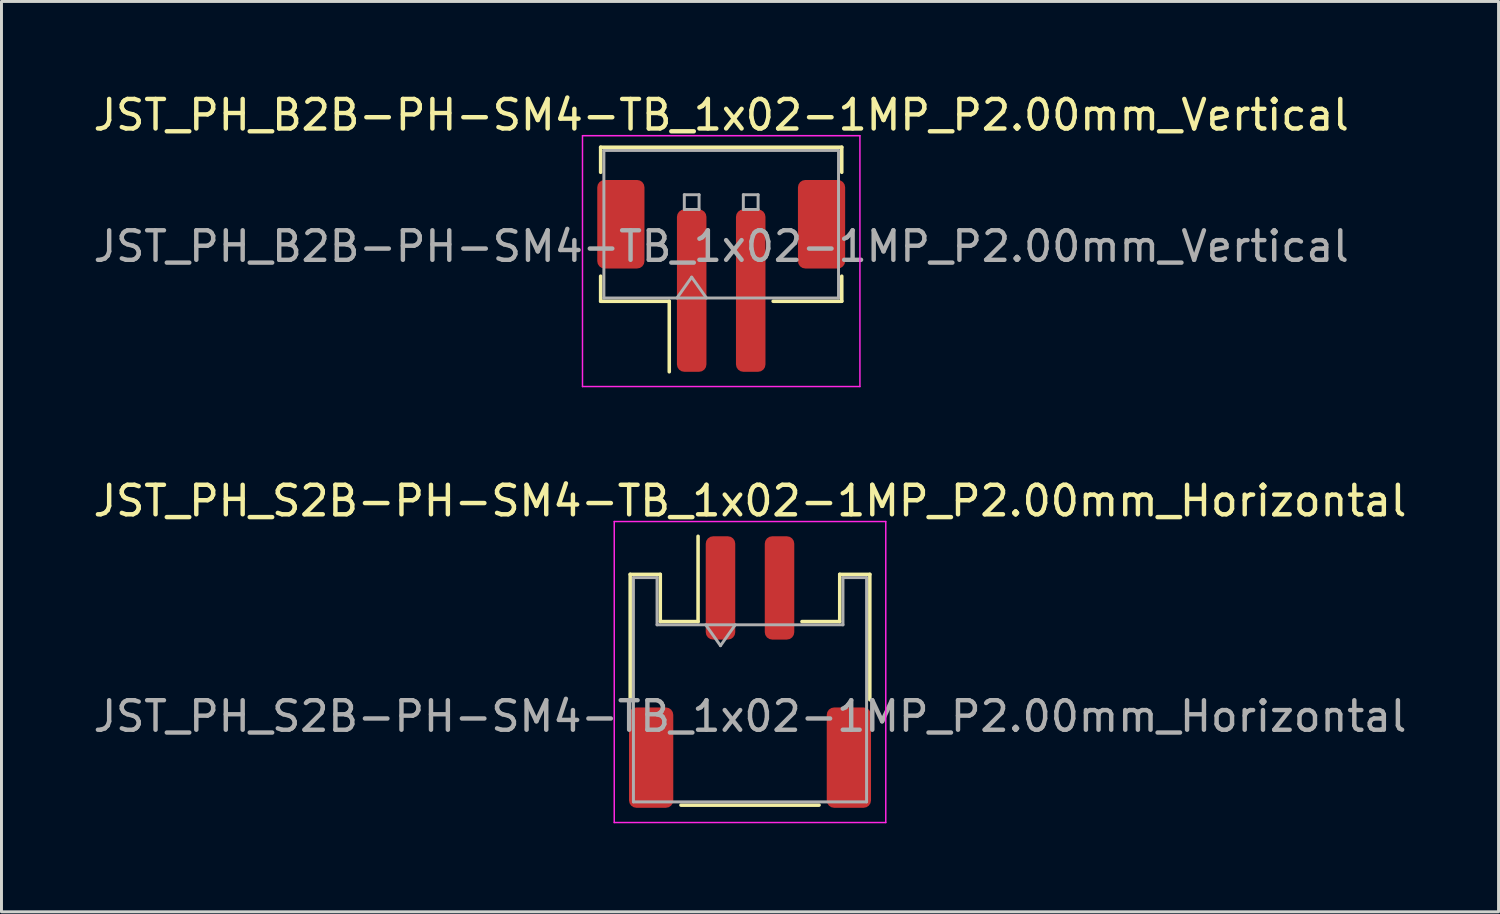
<source format=kicad_pcb>
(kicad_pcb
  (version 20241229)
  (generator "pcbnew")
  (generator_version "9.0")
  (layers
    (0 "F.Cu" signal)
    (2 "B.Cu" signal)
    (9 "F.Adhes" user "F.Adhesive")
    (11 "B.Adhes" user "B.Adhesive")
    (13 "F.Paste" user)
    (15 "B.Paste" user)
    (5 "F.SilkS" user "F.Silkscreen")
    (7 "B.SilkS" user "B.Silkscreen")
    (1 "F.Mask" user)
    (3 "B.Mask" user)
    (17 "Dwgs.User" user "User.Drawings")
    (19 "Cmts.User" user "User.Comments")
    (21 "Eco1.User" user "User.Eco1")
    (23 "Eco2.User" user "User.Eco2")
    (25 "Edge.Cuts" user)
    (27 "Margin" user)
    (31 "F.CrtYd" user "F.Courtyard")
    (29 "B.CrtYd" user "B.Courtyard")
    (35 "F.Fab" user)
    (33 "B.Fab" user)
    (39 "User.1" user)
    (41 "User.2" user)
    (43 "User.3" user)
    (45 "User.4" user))
  (footprint "JST_PH_S2B-PH-SM4-TB_1x02-1MP_P2.00mm_Horizontal"
    (layer "F.Cu")
    (at 22.363 19.721)
    (property "Reference" "JST_PH_S2B-PH-SM4-TB_1x02-1MP_P2.00mm_Horizontal" (at 0 -5.8 0) (layer "F.SilkS") (effects (font (size 1 1) (thickness 0.15))))
    (attr smd)
    (fp_line (start -4.06 -3.31) (end -3.04 -3.31) (stroke (width 0.12) (type solid)) (layer "F.SilkS"))
    (fp_line (start -4.06 0.94) (end -4.06 -3.31) (stroke (width 0.12) (type solid)) (layer "F.SilkS"))
    (fp_line (start -3.04 -3.31) (end -3.04 -1.71) (stroke (width 0.12) (type solid)) (layer "F.SilkS"))
    (fp_line (start -3.04 -1.71) (end -1.76 -1.71) (stroke (width 0.12) (type solid)) (layer "F.SilkS"))
    (fp_line (start -2.34 4.51) (end 2.34 4.51) (stroke (width 0.12) (type solid)) (layer "F.SilkS"))
    (fp_line (start -1.76 -1.71) (end -1.76 -4.6) (stroke (width 0.12) (type solid)) (layer "F.SilkS"))
    (fp_line (start 3.04 -3.31) (end 3.04 -1.71) (stroke (width 0.12) (type solid)) (layer "F.SilkS"))
    (fp_line (start 3.04 -1.71) (end 1.76 -1.71) (stroke (width 0.12) (type solid)) (layer "F.SilkS"))
    (fp_line (start 4.06 -3.31) (end 3.04 -3.31) (stroke (width 0.12) (type solid)) (layer "F.SilkS"))
    (fp_line (start 4.06 0.94) (end 4.06 -3.31) (stroke (width 0.12) (type solid)) (layer "F.SilkS"))
    (fp_line (start -4.6 -5.1) (end -4.6 5.1) (stroke (width 0.05) (type solid)) (layer "F.CrtYd"))
    (fp_line (start -4.6 5.1) (end 4.6 5.1) (stroke (width 0.05) (type solid)) (layer "F.CrtYd"))
    (fp_line (start 4.6 -5.1) (end -4.6 -5.1) (stroke (width 0.05) (type solid)) (layer "F.CrtYd"))
    (fp_line (start 4.6 5.1) (end 4.6 -5.1) (stroke (width 0.05) (type solid)) (layer "F.CrtYd"))
    (fp_line (start -3.95 -3.2) (end -3.95 4.4) (stroke (width 0.1) (type solid)) (layer "F.Fab"))
    (fp_line (start -3.95 -3.2) (end -3.15 -3.2) (stroke (width 0.1) (type solid)) (layer "F.Fab"))
    (fp_line (start -3.95 4.4) (end 3.95 4.4) (stroke (width 0.1) (type solid)) (layer "F.Fab"))
    (fp_line (start -3.15 -3.2) (end -3.15 -1.6) (stroke (width 0.1) (type solid)) (layer "F.Fab"))
    (fp_line (start -3.15 -1.6) (end 3.15 -1.6) (stroke (width 0.1) (type solid)) (layer "F.Fab"))
    (fp_line (start -1.5 -1.6) (end -1 -0.893) (stroke (width 0.1) (type solid)) (layer "F.Fab"))
    (fp_line (start -1 -0.893) (end -0.5 -1.6) (stroke (width 0.1) (type solid)) (layer "F.Fab"))
    (fp_line (start 3.15 -3.2) (end 3.95 -3.2) (stroke (width 0.1) (type solid)) (layer "F.Fab"))
    (fp_line (start 3.15 -1.6) (end 3.15 -3.2) (stroke (width 0.1) (type solid)) (layer "F.Fab"))
    (fp_line (start 3.95 -3.2) (end 3.95 4.4) (stroke (width 0.1) (type solid)) (layer "F.Fab"))
    (fp_text user "${REFERENCE}" (at 0 1.5 0) (layer "F.Fab") (effects (font (size 1 1) (thickness 0.15))))
    (pad "1" smd roundrect (at -1 -2.85) (size 1 3.5) (layers "F.Cu" "F.Mask" "F.Paste") (roundrect_rratio 0.25))
    (pad "2" smd roundrect (at 1 -2.85) (size 1 3.5) (layers "F.Cu" "F.Mask" "F.Paste") (roundrect_rratio 0.25))
    (pad "MP" smd roundrect (at -3.35 2.9) (size 1.5 3.4) (layers "F.Cu" "F.Mask" "F.Paste") (roundrect_rratio 0.167))
    (pad "MP" smd roundrect (at 3.35 2.9) (size 1.5 3.4) (layers "F.Cu" "F.Mask" "F.Paste") (roundrect_rratio 0.167)))
  (footprint "JST_PH_B2B-PH-SM4-TB_1x02-1MP_P2.00mm_Vertical"
    (layer "F.Cu")
    (at 21.387 6.298)
    (property "Reference" "JST_PH_B2B-PH-SM4-TB_1x02-1MP_P2.00mm_Vertical" (at 0 -5.45 0) (layer "F.SilkS") (effects (font (size 1 1) (thickness 0.15))))
    (attr smd)
    (fp_line (start -4.085 -4.36) (end 4.085 -4.36) (stroke (width 0.12) (type solid)) (layer "F.SilkS"))
    (fp_line (start -4.085 -3.51) (end -4.085 -4.36) (stroke (width 0.12) (type solid)) (layer "F.SilkS"))
    (fp_line (start -4.085 0.01) (end -4.085 0.86) (stroke (width 0.12) (type solid)) (layer "F.SilkS"))
    (fp_line (start -4.085 0.86) (end -1.76 0.86) (stroke (width 0.12) (type solid)) (layer "F.SilkS"))
    (fp_line (start -1.76 0.86) (end -1.76 3.25) (stroke (width 0.12) (type solid)) (layer "F.SilkS"))
    (fp_line (start 4.085 -4.36) (end 4.085 -3.51) (stroke (width 0.12) (type solid)) (layer "F.SilkS"))
    (fp_line (start 4.085 0.01) (end 4.085 0.86) (stroke (width 0.12) (type solid)) (layer "F.SilkS"))
    (fp_line (start 4.085 0.86) (end 1.76 0.86) (stroke (width 0.12) (type solid)) (layer "F.SilkS"))
    (fp_line (start -4.7 -4.75) (end -4.7 3.75) (stroke (width 0.05) (type solid)) (layer "F.CrtYd"))
    (fp_line (start -4.7 3.75) (end 4.7 3.75) (stroke (width 0.05) (type solid)) (layer "F.CrtYd"))
    (fp_line (start 4.7 -4.75) (end -4.7 -4.75) (stroke (width 0.05) (type solid)) (layer "F.CrtYd"))
    (fp_line (start 4.7 3.75) (end 4.7 -4.75) (stroke (width 0.05) (type solid)) (layer "F.CrtYd"))
    (fp_line (start -3.975 -4.25) (end 3.975 -4.25) (stroke (width 0.1) (type solid)) (layer "F.Fab"))
    (fp_line (start -3.975 0.75) (end -3.975 -4.25) (stroke (width 0.1) (type solid)) (layer "F.Fab"))
    (fp_line (start -3.975 0.75) (end 3.975 0.75) (stroke (width 0.1) (type solid)) (layer "F.Fab"))
    (fp_line (start -1.5 0.75) (end -1 0.043) (stroke (width 0.1) (type solid)) (layer "F.Fab"))
    (fp_line (start -1.25 -2.75) (end -1.25 -2.25) (stroke (width 0.1) (type solid)) (layer "F.Fab"))
    (fp_line (start -1.25 -2.25) (end -0.75 -2.25) (stroke (width 0.1) (type solid)) (layer "F.Fab"))
    (fp_line (start -1 0.043) (end -0.5 0.75) (stroke (width 0.1) (type solid)) (layer "F.Fab"))
    (fp_line (start -0.75 -2.75) (end -1.25 -2.75) (stroke (width 0.1) (type solid)) (layer "F.Fab"))
    (fp_line (start -0.75 -2.25) (end -0.75 -2.75) (stroke (width 0.1) (type solid)) (layer "F.Fab"))
    (fp_line (start 0.75 -2.75) (end 0.75 -2.25) (stroke (width 0.1) (type solid)) (layer "F.Fab"))
    (fp_line (start 0.75 -2.25) (end 1.25 -2.25) (stroke (width 0.1) (type solid)) (layer "F.Fab"))
    (fp_line (start 1.25 -2.75) (end 0.75 -2.75) (stroke (width 0.1) (type solid)) (layer "F.Fab"))
    (fp_line (start 1.25 -2.25) (end 1.25 -2.75) (stroke (width 0.1) (type solid)) (layer "F.Fab"))
    (fp_line (start 3.975 0.75) (end 3.975 -4.25) (stroke (width 0.1) (type solid)) (layer "F.Fab"))
    (fp_text user "${REFERENCE}" (at 0 -1 0) (layer "F.Fab") (effects (font (size 1 1) (thickness 0.15))))
    (pad "1" smd roundrect (at -1 0.5) (size 1 5.5) (layers "F.Cu" "F.Mask" "F.Paste") (roundrect_rratio 0.25))
    (pad "2" smd roundrect (at 1 0.5) (size 1 5.5) (layers "F.Cu" "F.Mask" "F.Paste") (roundrect_rratio 0.25))
    (pad "MP" smd roundrect (at -3.4 -1.75) (size 1.6 3) (layers "F.Cu" "F.Mask" "F.Paste") (roundrect_rratio 0.156))
    (pad "MP" smd roundrect (at 3.4 -1.75) (size 1.6 3) (layers "F.Cu" "F.Mask" "F.Paste") (roundrect_rratio 0.156)))
  (gr_rect
    (start -3 -3)
    (end 47.726 27.846)
    (stroke (width 0.1) (type default))
    (fill no)
    (layer "Edge.Cuts")))
</source>
